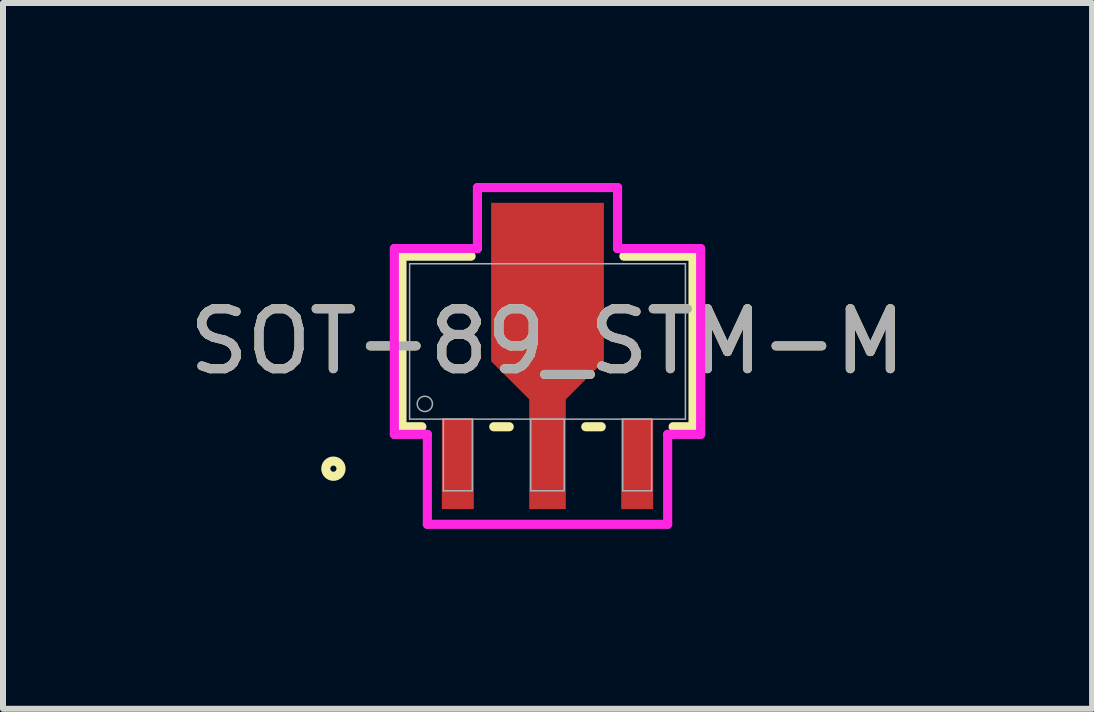
<source format=kicad_pcb>
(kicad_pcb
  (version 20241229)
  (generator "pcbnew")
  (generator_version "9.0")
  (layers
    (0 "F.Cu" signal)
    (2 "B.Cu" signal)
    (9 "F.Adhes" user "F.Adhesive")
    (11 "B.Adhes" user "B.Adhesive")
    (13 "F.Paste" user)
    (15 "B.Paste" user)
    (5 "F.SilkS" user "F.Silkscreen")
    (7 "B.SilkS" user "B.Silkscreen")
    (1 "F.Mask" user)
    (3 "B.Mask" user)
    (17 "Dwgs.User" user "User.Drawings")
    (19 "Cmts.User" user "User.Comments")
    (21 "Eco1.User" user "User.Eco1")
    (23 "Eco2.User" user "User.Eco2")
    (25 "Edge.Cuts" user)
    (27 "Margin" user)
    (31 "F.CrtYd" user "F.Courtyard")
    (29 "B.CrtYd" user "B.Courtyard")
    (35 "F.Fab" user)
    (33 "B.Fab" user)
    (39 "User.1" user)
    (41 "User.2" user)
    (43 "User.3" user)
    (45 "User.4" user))
  (footprint "SOT-89_STM-M"
    (layer "F.Cu")
    (at 6.077 2.642)
    (property "Reference" "SOT-89_STM-M" (at 0 0 0) (unlocked yes) (layer "F.SilkS") (effects (font (size 1 1) (thickness 0.15))))
    (attr smd)
    (fp_poly (pts (xy -0.305 1.295) (xy -0.305 0.965) (xy -0.94 0.33) (xy -0.94 -2.311) (xy 0.94 -2.311) (xy 0.94 0.33) (xy 0.305 0.965) (xy 0.305 1.295)) (stroke (width 0) (type solid)) (fill yes) (layer "F.Cu"))
    (fp_poly (pts (xy -0.305 1.321) (xy -0.305 0.965) (xy -0.94 0.33) (xy -0.94 -2.057) (xy 0.94 -2.057) (xy 0.94 0.33) (xy 0.305 0.965) (xy 0.305 1.321)) (stroke (width 0) (type solid)) (fill yes) (layer "F.Mask"))
    (fp_line (start -2.426 -1.422) (end -2.426 1.422) (stroke (width 0.152) (type solid)) (layer "F.SilkS"))
    (fp_line (start -2.426 1.422) (end -2.094 1.422) (stroke (width 0.152) (type solid)) (layer "F.SilkS"))
    (fp_line (start -1.273 -1.422) (end -2.426 -1.422) (stroke (width 0.152) (type solid)) (layer "F.SilkS"))
    (fp_line (start -0.896 1.422) (end -0.638 1.422) (stroke (width 0.152) (type solid)) (layer "F.SilkS"))
    (fp_line (start 0.638 1.422) (end 0.896 1.422) (stroke (width 0.152) (type solid)) (layer "F.SilkS"))
    (fp_line (start 2.094 1.422) (end 2.426 1.422) (stroke (width 0.152) (type solid)) (layer "F.SilkS"))
    (fp_line (start 2.426 -1.422) (end 1.273 -1.422) (stroke (width 0.152) (type solid)) (layer "F.SilkS"))
    (fp_line (start 2.426 1.422) (end 2.426 -1.422) (stroke (width 0.152) (type solid)) (layer "F.SilkS"))
    (fp_circle (center -3.569 2.121) (end -3.442 2.121) (stroke (width 0.152) (type solid)) (fill no) (layer "F.SilkS"))
    (fp_poly (pts (xy -0.305 1.321) (xy -0.305 0.965) (xy -0.94 0.33) (xy -0.94 -2.057) (xy 0.94 -2.057) (xy 0.94 0.33) (xy 0.305 0.965) (xy 0.305 1.321)) (stroke (width 0) (type solid)) (fill yes) (layer "F.Paste"))
    (fp_line (start -2.553 -1.549) (end -1.168 -1.549) (stroke (width 0.152) (type solid)) (layer "F.CrtYd"))
    (fp_line (start -2.553 1.549) (end -2.553 -1.549) (stroke (width 0.152) (type solid)) (layer "F.CrtYd"))
    (fp_line (start -2.003 1.549) (end -2.553 1.549) (stroke (width 0.152) (type solid)) (layer "F.CrtYd"))
    (fp_line (start -2.003 3.048) (end -2.003 1.549) (stroke (width 0.152) (type solid)) (layer "F.CrtYd"))
    (fp_line (start -1.168 -2.565) (end 1.168 -2.565) (stroke (width 0.152) (type solid)) (layer "F.CrtYd"))
    (fp_line (start -1.168 -1.549) (end -1.168 -2.565) (stroke (width 0.152) (type solid)) (layer "F.CrtYd"))
    (fp_line (start 1.168 -2.565) (end 1.168 -1.549) (stroke (width 0.152) (type solid)) (layer "F.CrtYd"))
    (fp_line (start 1.168 -1.549) (end 2.553 -1.549) (stroke (width 0.152) (type solid)) (layer "F.CrtYd"))
    (fp_line (start 2.003 1.549) (end 2.003 3.048) (stroke (width 0.152) (type solid)) (layer "F.CrtYd"))
    (fp_line (start 2.003 3.048) (end -2.003 3.048) (stroke (width 0.152) (type solid)) (layer "F.CrtYd"))
    (fp_line (start 2.553 -1.549) (end 2.553 1.549) (stroke (width 0.152) (type solid)) (layer "F.CrtYd"))
    (fp_line (start 2.553 1.549) (end 2.003 1.549) (stroke (width 0.152) (type solid)) (layer "F.CrtYd"))
    (fp_line (start -2.299 -1.295) (end -2.299 1.295) (stroke (width 0.025) (type solid)) (layer "F.Fab"))
    (fp_line (start -2.299 1.295) (end 2.299 1.295) (stroke (width 0.025) (type solid)) (layer "F.Fab"))
    (fp_line (start -1.736 1.295) (end -1.736 2.489) (stroke (width 0.025) (type solid)) (layer "F.Fab"))
    (fp_line (start -1.736 2.489) (end -1.254 2.489) (stroke (width 0.025) (type solid)) (layer "F.Fab"))
    (fp_line (start -1.254 1.295) (end -1.736 1.295) (stroke (width 0.025) (type solid)) (layer "F.Fab"))
    (fp_line (start -1.254 2.489) (end -1.254 1.295) (stroke (width 0.025) (type solid)) (layer "F.Fab"))
    (fp_line (start -0.279 1.295) (end -0.279 2.489) (stroke (width 0.025) (type solid)) (layer "F.Fab"))
    (fp_line (start -0.279 2.489) (end 0.279 2.489) (stroke (width 0.025) (type solid)) (layer "F.Fab"))
    (fp_line (start 0.279 1.295) (end -0.279 1.295) (stroke (width 0.025) (type solid)) (layer "F.Fab"))
    (fp_line (start 0.279 2.489) (end 0.279 1.295) (stroke (width 0.025) (type solid)) (layer "F.Fab"))
    (fp_line (start 1.254 1.295) (end 1.254 2.489) (stroke (width 0.025) (type solid)) (layer "F.Fab"))
    (fp_line (start 1.254 2.489) (end 1.736 2.489) (stroke (width 0.025) (type solid)) (layer "F.Fab"))
    (fp_line (start 1.736 1.295) (end 1.254 1.295) (stroke (width 0.025) (type solid)) (layer "F.Fab"))
    (fp_line (start 1.736 2.489) (end 1.736 1.295) (stroke (width 0.025) (type solid)) (layer "F.Fab"))
    (fp_line (start 2.299 -1.295) (end -2.299 -1.295) (stroke (width 0.025) (type solid)) (layer "F.Fab"))
    (fp_line (start 2.299 1.295) (end 2.299 -1.295) (stroke (width 0.025) (type solid)) (layer "F.Fab"))
    (fp_circle (center -2.045 1.041) (end -1.918 1.041) (stroke (width 0.025) (type solid)) (fill no) (layer "F.Fab"))
    (fp_text user "${REFERENCE}" (at 0 0 0) (unlocked yes) (layer "F.Fab") (effects (font (size 1 1) (thickness 0.15))))
    (pad "1" smd rect (at -1.495 2.045) (size 0.533 1.499) (layers "F.Cu" "F.Mask" "F.Paste"))
    (pad "2" smd rect (at 0 2.045) (size 0.61 1.499) (layers "F.Cu" "F.Mask" "F.Paste"))
    (pad "3" smd rect (at 1.495 2.045) (size 0.533 1.499) (layers "F.Cu" "F.Mask" "F.Paste")))
  (gr_rect
    (start -3 -3)
    (end 15.155 8.766)
    (stroke (width 0.1) (type default))
    (fill no)
    (layer "Edge.Cuts")))
</source>
